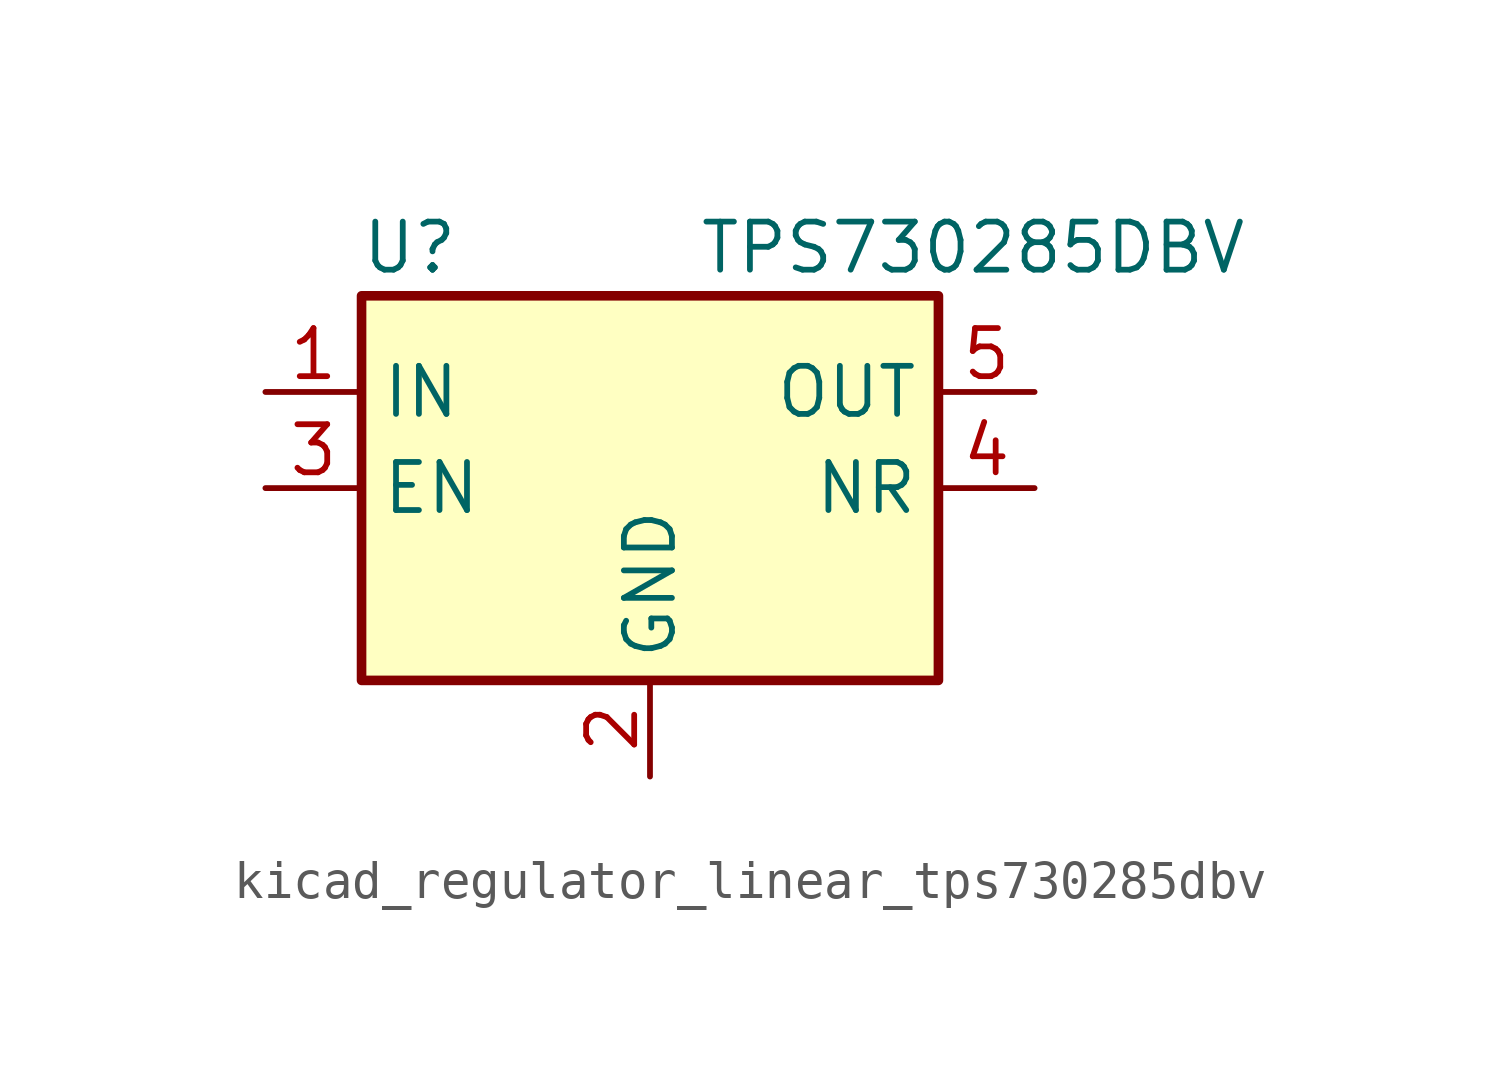
<source format=kicad_sym>
(kicad_symbol_lib
  (version 20220914)
  (generator kicad_symbol_editor)
  (symbol "kicad_regulator_linear_tps730285dbv"
    (property "Reference" "U"
      (at -6.35 6.35 0)
      (effects (font (size 1.27 1.27))))
    (property "Value" "TPS730285DBV"
      (at 1.27 6.35 0)
      (effects (font (size 1.27 1.27)) (justify left)))
    (symbol "kicad_regulator_linear_tps730285dbv_0_1"
      (rectangle (start -7.62 -5.08) (end 7.62 5.08) (stroke (width 0.254) (type default)) (fill (type background))))
    (symbol "kicad_regulator_linear_tps730285dbv_1_1"
      (pin power_in line (at -10.16 2.54 0) (length 2.54) (name "IN" (effects (font (size 1.27 1.27)))) (number "1" (effects (font (size 1.27 1.27)))))
      (pin power_in line (at 0 -7.62 90) (length 2.54) (name "GND" (effects (font (size 1.27 1.27)))) (number "2" (effects (font (size 1.27 1.27)))))
      (pin input line (at -10.16 0 0) (length 2.54) (name "EN" (effects (font (size 1.27 1.27)))) (number "3" (effects (font (size 1.27 1.27)))))
      (pin passive line (at 10.16 0 180) (length 2.54) (name "NR" (effects (font (size 1.27 1.27)))) (number "4" (effects (font (size 1.27 1.27)))))
      (pin power_out line (at 10.16 2.54 180) (length 2.54) (name "OUT" (effects (font (size 1.27 1.27)))) (number "5" (effects (font (size 1.27 1.27))))))))
</source>
